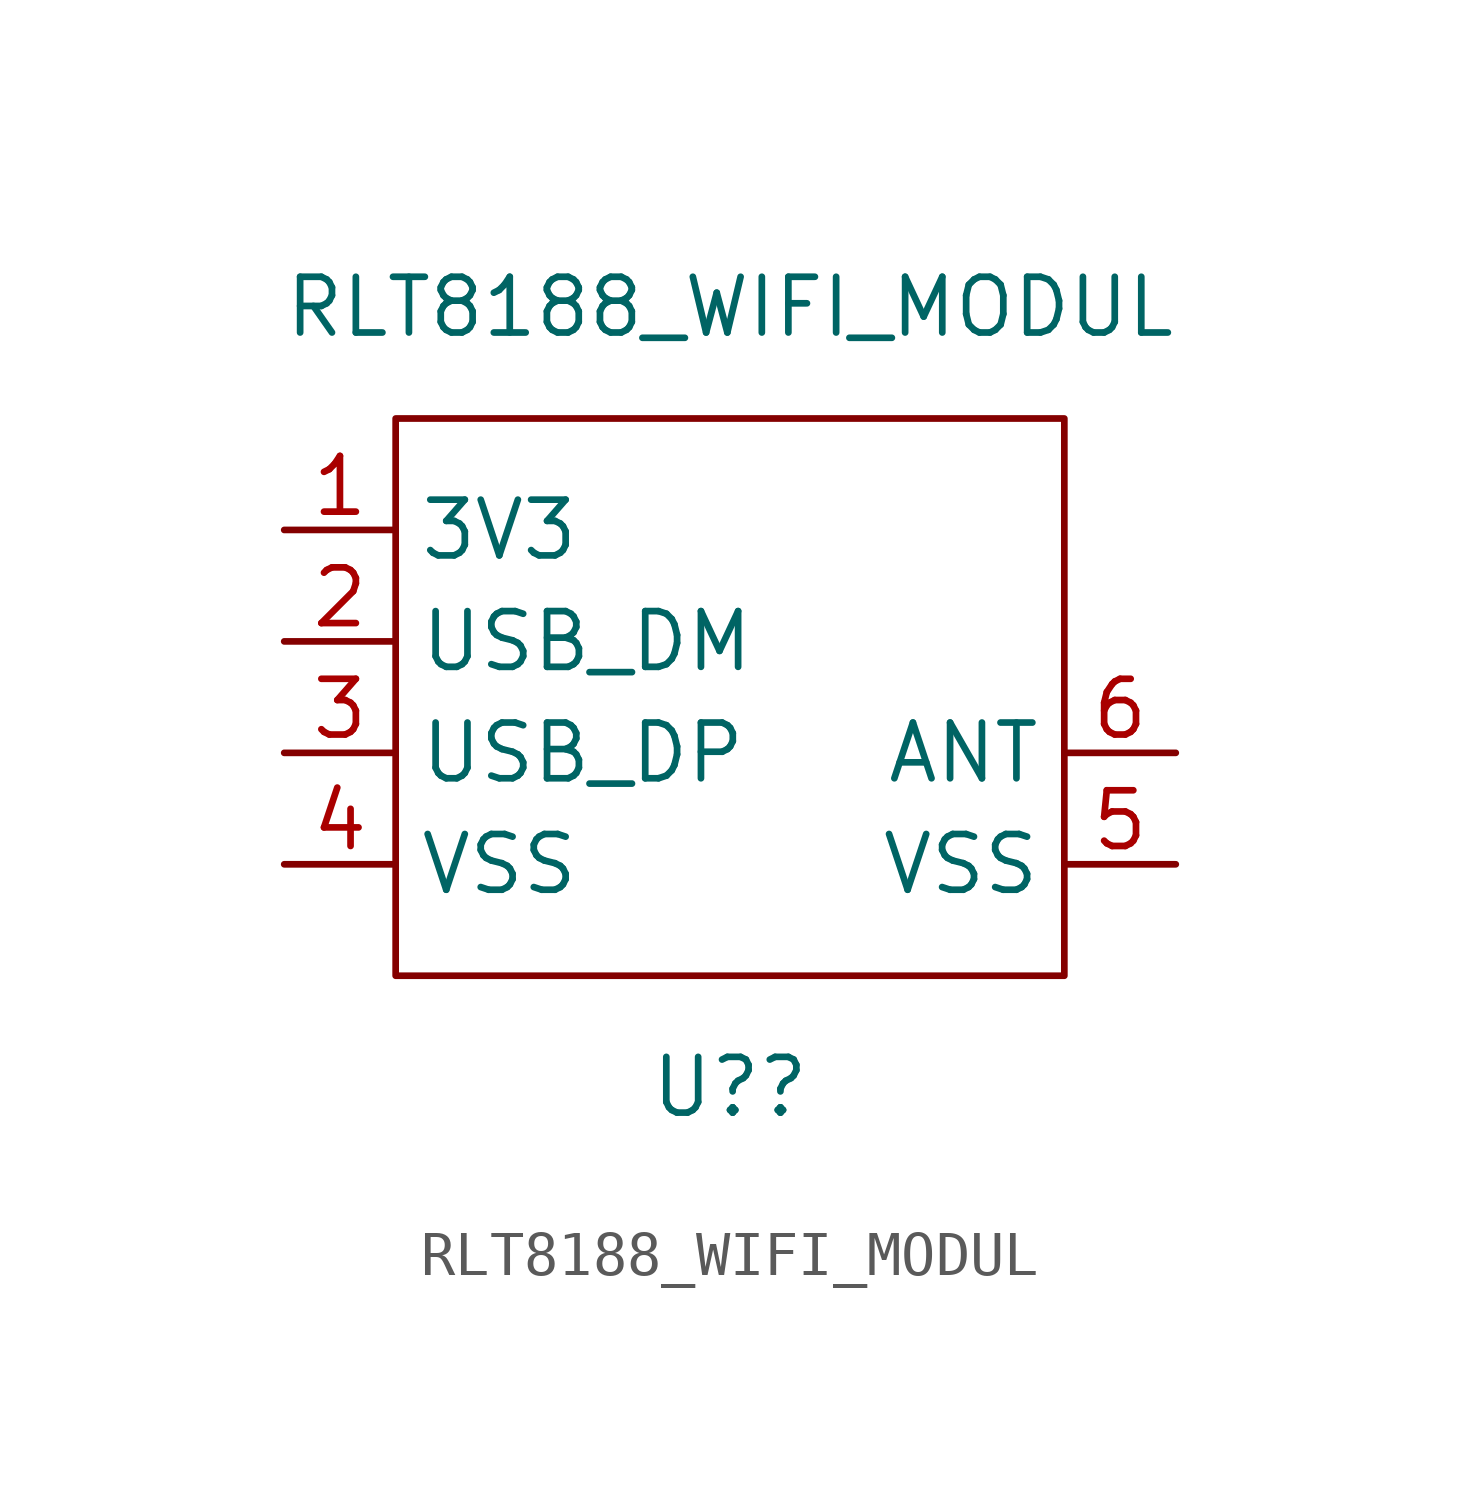
<source format=kicad_sym>
(kicad_symbol_lib
  (version 20211014)
  (generator kicad_symbol_editor)
  (symbol "RLT8188_WIFI_MODUL"
    (property "Reference" "U?"
      (at 7.62 0 0)
      (effects (font (size 1.27 1.27))))
    (property "Value" "RLT8188_WIFI_MODUL"
      (at 7.62 17.78 0)
      (effects (font (size 1.27 1.27))))
    (symbol "RLT8188_WIFI_MODUL_0_1"
      (rectangle (start 0 15.24) (end 15.24 2.54) (stroke (width 0) (type default) (color 0 0 0 0)) (fill (type none))))
    (symbol "RLT8188_WIFI_MODUL_1_1"
      (pin input line (at -2.54 12.7 0) (length 2.54) (name "3V3" (effects (font (size 1.27 1.27)))) (number "1" (effects (font (size 1.27 1.27)))))
      (pin input line (at -2.54 10.16 0) (length 2.54) (name "USB_DM" (effects (font (size 1.27 1.27)))) (number "2" (effects (font (size 1.27 1.27)))))
      (pin input line (at -2.54 7.62 0) (length 2.54) (name "USB_DP" (effects (font (size 1.27 1.27)))) (number "3" (effects (font (size 1.27 1.27)))))
      (pin input line (at -2.54 5.08 0) (length 2.54) (name "VSS" (effects (font (size 1.27 1.27)))) (number "4" (effects (font (size 1.27 1.27)))))
      (pin input line (at 17.78 5.08 180) (length 2.54) (name "VSS" (effects (font (size 1.27 1.27)))) (number "5" (effects (font (size 1.27 1.27)))))
      (pin input line (at 17.78 7.62 180) (length 2.54) (name "ANT" (effects (font (size 1.27 1.27)))) (number "6" (effects (font (size 1.27 1.27))))))))
</source>
